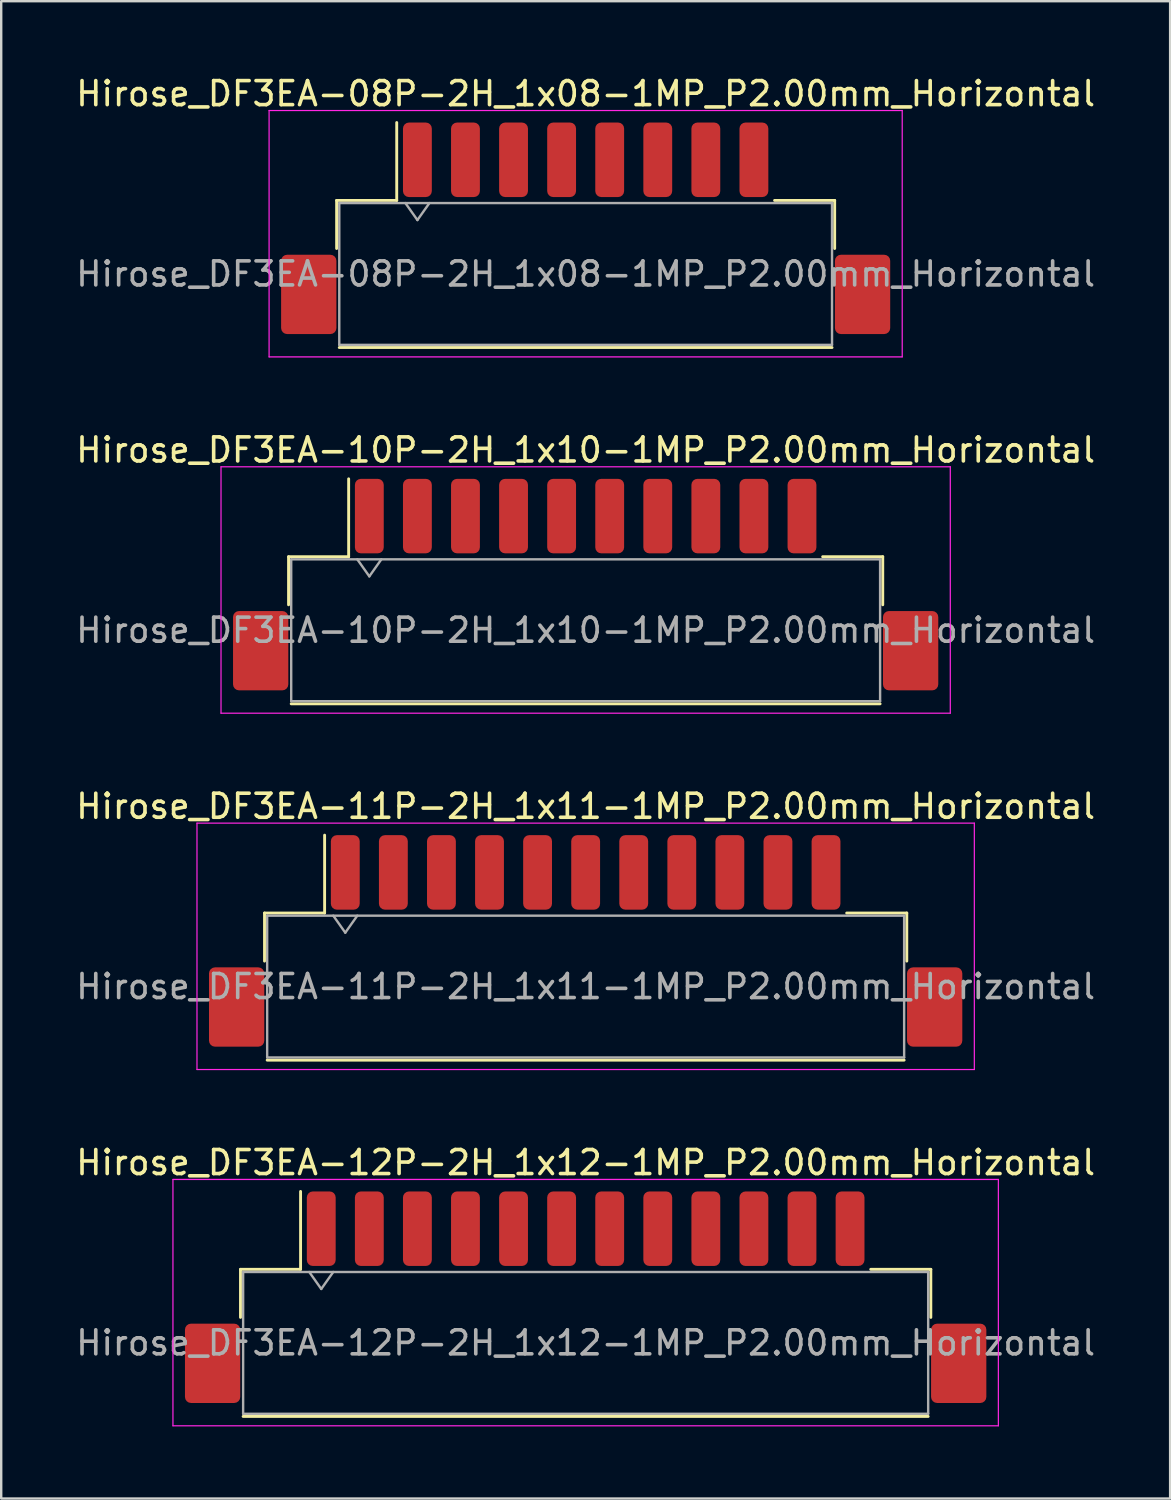
<source format=kicad_pcb>
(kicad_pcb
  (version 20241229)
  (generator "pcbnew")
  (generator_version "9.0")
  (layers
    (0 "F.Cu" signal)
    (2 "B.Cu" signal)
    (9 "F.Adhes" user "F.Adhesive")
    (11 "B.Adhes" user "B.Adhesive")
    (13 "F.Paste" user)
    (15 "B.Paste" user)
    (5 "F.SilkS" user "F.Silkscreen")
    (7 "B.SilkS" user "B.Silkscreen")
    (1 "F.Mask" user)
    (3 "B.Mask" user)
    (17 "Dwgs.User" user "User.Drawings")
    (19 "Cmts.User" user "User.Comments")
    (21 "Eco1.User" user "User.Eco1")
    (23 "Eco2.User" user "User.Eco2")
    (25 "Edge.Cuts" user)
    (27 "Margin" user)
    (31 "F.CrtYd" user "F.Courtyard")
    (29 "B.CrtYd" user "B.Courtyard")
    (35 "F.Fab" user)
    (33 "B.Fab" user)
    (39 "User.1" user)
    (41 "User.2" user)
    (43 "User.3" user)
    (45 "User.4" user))
  (footprint "Hirose_DF3EA-12P-2H_1x12-1MP_P2.00mm_Horizontal"
    (layer "F.Cu")
    (at 21.315 50.918)
    (property "Reference" "Hirose_DF3EA-12P-2H_1x12-1MP_P2.00mm_Horizontal" (at 0 -5.6 0) (layer "F.SilkS") (effects (font (size 1 1) (thickness 0.15))))
    (attr smd)
    (fp_line (start -14.36 -1.16) (end -11.86 -1.16) (stroke (width 0.12) (type solid)) (layer "F.SilkS"))
    (fp_line (start -14.36 0.84) (end -14.36 -1.16) (stroke (width 0.12) (type solid)) (layer "F.SilkS"))
    (fp_line (start -14.25 4.96) (end 14.25 4.96) (stroke (width 0.12) (type solid)) (layer "F.SilkS"))
    (fp_line (start -11.86 -1.16) (end -11.86 -4.4) (stroke (width 0.12) (type solid)) (layer "F.SilkS"))
    (fp_line (start 14.36 -1.16) (end 11.86 -1.16) (stroke (width 0.12) (type solid)) (layer "F.SilkS"))
    (fp_line (start 14.36 0.84) (end 14.36 -1.16) (stroke (width 0.12) (type solid)) (layer "F.SilkS"))
    (fp_line (start -17.17 -4.9) (end -17.17 5.35) (stroke (width 0.05) (type solid)) (layer "F.CrtYd"))
    (fp_line (start -17.17 5.35) (end 17.17 5.35) (stroke (width 0.05) (type solid)) (layer "F.CrtYd"))
    (fp_line (start 17.17 -4.9) (end -17.17 -4.9) (stroke (width 0.05) (type solid)) (layer "F.CrtYd"))
    (fp_line (start 17.17 5.35) (end 17.17 -4.9) (stroke (width 0.05) (type solid)) (layer "F.CrtYd"))
    (fp_line (start -14.25 -1.05) (end -14.25 4.85) (stroke (width 0.1) (type solid)) (layer "F.Fab"))
    (fp_line (start -14.25 -1.05) (end 14.25 -1.05) (stroke (width 0.1) (type solid)) (layer "F.Fab"))
    (fp_line (start -14.25 4.85) (end 14.25 4.85) (stroke (width 0.1) (type solid)) (layer "F.Fab"))
    (fp_line (start -11.5 -1.05) (end -11 -0.343) (stroke (width 0.1) (type solid)) (layer "F.Fab"))
    (fp_line (start -11 -0.343) (end -10.5 -1.05) (stroke (width 0.1) (type solid)) (layer "F.Fab"))
    (fp_line (start 14.25 -1.05) (end 14.25 4.85) (stroke (width 0.1) (type solid)) (layer "F.Fab"))
    (fp_text user "${REFERENCE}" (at 0 1.9 0) (layer "F.Fab") (effects (font (size 1 1) (thickness 0.15))))
    (pad "1" smd roundrect (at -11 -2.85) (size 1.2 3.1) (layers "F.Cu" "F.Mask" "F.Paste") (roundrect_rratio 0.208))
    (pad "2" smd roundrect (at -9 -2.85) (size 1.2 3.1) (layers "F.Cu" "F.Mask" "F.Paste") (roundrect_rratio 0.208))
    (pad "3" smd roundrect (at -7 -2.85) (size 1.2 3.1) (layers "F.Cu" "F.Mask" "F.Paste") (roundrect_rratio 0.208))
    (pad "4" smd roundrect (at -5 -2.85) (size 1.2 3.1) (layers "F.Cu" "F.Mask" "F.Paste") (roundrect_rratio 0.208))
    (pad "5" smd roundrect (at -3 -2.85) (size 1.2 3.1) (layers "F.Cu" "F.Mask" "F.Paste") (roundrect_rratio 0.208))
    (pad "6" smd roundrect (at -1 -2.85) (size 1.2 3.1) (layers "F.Cu" "F.Mask" "F.Paste") (roundrect_rratio 0.208))
    (pad "7" smd roundrect (at 1 -2.85) (size 1.2 3.1) (layers "F.Cu" "F.Mask" "F.Paste") (roundrect_rratio 0.208))
    (pad "8" smd roundrect (at 3 -2.85) (size 1.2 3.1) (layers "F.Cu" "F.Mask" "F.Paste") (roundrect_rratio 0.208))
    (pad "9" smd roundrect (at 5 -2.85) (size 1.2 3.1) (layers "F.Cu" "F.Mask" "F.Paste") (roundrect_rratio 0.208))
    (pad "10" smd roundrect (at 7 -2.85) (size 1.2 3.1) (layers "F.Cu" "F.Mask" "F.Paste") (roundrect_rratio 0.208))
    (pad "11" smd roundrect (at 9 -2.85) (size 1.2 3.1) (layers "F.Cu" "F.Mask" "F.Paste") (roundrect_rratio 0.208))
    (pad "12" smd roundrect (at 11 -2.85) (size 1.2 3.1) (layers "F.Cu" "F.Mask" "F.Paste") (roundrect_rratio 0.208))
    (pad "MP" smd roundrect (at -15.52 2.75) (size 2.3 3.3) (layers "F.Cu" "F.Mask" "F.Paste") (roundrect_rratio 0.109))
    (pad "MP" smd roundrect (at 15.52 2.75) (size 2.3 3.3) (layers "F.Cu" "F.Mask" "F.Paste") (roundrect_rratio 0.109)))
  (footprint "Hirose_DF3EA-11P-2H_1x11-1MP_P2.00mm_Horizontal"
    (layer "F.Cu")
    (at 21.315 36.095)
    (property "Reference" "Hirose_DF3EA-11P-2H_1x11-1MP_P2.00mm_Horizontal" (at 0 -5.6 0) (layer "F.SilkS") (effects (font (size 1 1) (thickness 0.15))))
    (attr smd)
    (fp_line (start -13.36 -1.16) (end -10.86 -1.16) (stroke (width 0.12) (type solid)) (layer "F.SilkS"))
    (fp_line (start -13.36 0.84) (end -13.36 -1.16) (stroke (width 0.12) (type solid)) (layer "F.SilkS"))
    (fp_line (start -13.25 4.96) (end 13.25 4.96) (stroke (width 0.12) (type solid)) (layer "F.SilkS"))
    (fp_line (start -10.86 -1.16) (end -10.86 -4.4) (stroke (width 0.12) (type solid)) (layer "F.SilkS"))
    (fp_line (start 13.36 -1.16) (end 10.86 -1.16) (stroke (width 0.12) (type solid)) (layer "F.SilkS"))
    (fp_line (start 13.36 0.84) (end 13.36 -1.16) (stroke (width 0.12) (type solid)) (layer "F.SilkS"))
    (fp_line (start -16.17 -4.9) (end -16.17 5.35) (stroke (width 0.05) (type solid)) (layer "F.CrtYd"))
    (fp_line (start -16.17 5.35) (end 16.17 5.35) (stroke (width 0.05) (type solid)) (layer "F.CrtYd"))
    (fp_line (start 16.17 -4.9) (end -16.17 -4.9) (stroke (width 0.05) (type solid)) (layer "F.CrtYd"))
    (fp_line (start 16.17 5.35) (end 16.17 -4.9) (stroke (width 0.05) (type solid)) (layer "F.CrtYd"))
    (fp_line (start -13.25 -1.05) (end -13.25 4.85) (stroke (width 0.1) (type solid)) (layer "F.Fab"))
    (fp_line (start -13.25 -1.05) (end 13.25 -1.05) (stroke (width 0.1) (type solid)) (layer "F.Fab"))
    (fp_line (start -13.25 4.85) (end 13.25 4.85) (stroke (width 0.1) (type solid)) (layer "F.Fab"))
    (fp_line (start -10.5 -1.05) (end -10 -0.343) (stroke (width 0.1) (type solid)) (layer "F.Fab"))
    (fp_line (start -10 -0.343) (end -9.5 -1.05) (stroke (width 0.1) (type solid)) (layer "F.Fab"))
    (fp_line (start 13.25 -1.05) (end 13.25 4.85) (stroke (width 0.1) (type solid)) (layer "F.Fab"))
    (fp_text user "${REFERENCE}" (at 0 1.9 0) (layer "F.Fab") (effects (font (size 1 1) (thickness 0.15))))
    (pad "1" smd roundrect (at -10 -2.85) (size 1.2 3.1) (layers "F.Cu" "F.Mask" "F.Paste") (roundrect_rratio 0.208))
    (pad "2" smd roundrect (at -8 -2.85) (size 1.2 3.1) (layers "F.Cu" "F.Mask" "F.Paste") (roundrect_rratio 0.208))
    (pad "3" smd roundrect (at -6 -2.85) (size 1.2 3.1) (layers "F.Cu" "F.Mask" "F.Paste") (roundrect_rratio 0.208))
    (pad "4" smd roundrect (at -4 -2.85) (size 1.2 3.1) (layers "F.Cu" "F.Mask" "F.Paste") (roundrect_rratio 0.208))
    (pad "5" smd roundrect (at -2 -2.85) (size 1.2 3.1) (layers "F.Cu" "F.Mask" "F.Paste") (roundrect_rratio 0.208))
    (pad "6" smd roundrect (at 0 -2.85) (size 1.2 3.1) (layers "F.Cu" "F.Mask" "F.Paste") (roundrect_rratio 0.208))
    (pad "7" smd roundrect (at 2 -2.85) (size 1.2 3.1) (layers "F.Cu" "F.Mask" "F.Paste") (roundrect_rratio 0.208))
    (pad "8" smd roundrect (at 4 -2.85) (size 1.2 3.1) (layers "F.Cu" "F.Mask" "F.Paste") (roundrect_rratio 0.208))
    (pad "9" smd roundrect (at 6 -2.85) (size 1.2 3.1) (layers "F.Cu" "F.Mask" "F.Paste") (roundrect_rratio 0.208))
    (pad "10" smd roundrect (at 8 -2.85) (size 1.2 3.1) (layers "F.Cu" "F.Mask" "F.Paste") (roundrect_rratio 0.208))
    (pad "11" smd roundrect (at 10 -2.85) (size 1.2 3.1) (layers "F.Cu" "F.Mask" "F.Paste") (roundrect_rratio 0.208))
    (pad "MP" smd roundrect (at -14.52 2.75) (size 2.3 3.3) (layers "F.Cu" "F.Mask" "F.Paste") (roundrect_rratio 0.109))
    (pad "MP" smd roundrect (at 14.52 2.75) (size 2.3 3.3) (layers "F.Cu" "F.Mask" "F.Paste") (roundrect_rratio 0.109)))
  (footprint "Hirose_DF3EA-10P-2H_1x10-1MP_P2.00mm_Horizontal"
    (layer "F.Cu")
    (at 21.315 21.271)
    (property "Reference" "Hirose_DF3EA-10P-2H_1x10-1MP_P2.00mm_Horizontal" (at 0 -5.6 0) (layer "F.SilkS") (effects (font (size 1 1) (thickness 0.15))))
    (attr smd)
    (fp_line (start -12.36 -1.16) (end -9.86 -1.16) (stroke (width 0.12) (type solid)) (layer "F.SilkS"))
    (fp_line (start -12.36 0.84) (end -12.36 -1.16) (stroke (width 0.12) (type solid)) (layer "F.SilkS"))
    (fp_line (start -12.25 4.96) (end 12.25 4.96) (stroke (width 0.12) (type solid)) (layer "F.SilkS"))
    (fp_line (start -9.86 -1.16) (end -9.86 -4.4) (stroke (width 0.12) (type solid)) (layer "F.SilkS"))
    (fp_line (start 12.36 -1.16) (end 9.86 -1.16) (stroke (width 0.12) (type solid)) (layer "F.SilkS"))
    (fp_line (start 12.36 0.84) (end 12.36 -1.16) (stroke (width 0.12) (type solid)) (layer "F.SilkS"))
    (fp_line (start -15.17 -4.9) (end -15.17 5.35) (stroke (width 0.05) (type solid)) (layer "F.CrtYd"))
    (fp_line (start -15.17 5.35) (end 15.17 5.35) (stroke (width 0.05) (type solid)) (layer "F.CrtYd"))
    (fp_line (start 15.17 -4.9) (end -15.17 -4.9) (stroke (width 0.05) (type solid)) (layer "F.CrtYd"))
    (fp_line (start 15.17 5.35) (end 15.17 -4.9) (stroke (width 0.05) (type solid)) (layer "F.CrtYd"))
    (fp_line (start -12.25 -1.05) (end -12.25 4.85) (stroke (width 0.1) (type solid)) (layer "F.Fab"))
    (fp_line (start -12.25 -1.05) (end 12.25 -1.05) (stroke (width 0.1) (type solid)) (layer "F.Fab"))
    (fp_line (start -12.25 4.85) (end 12.25 4.85) (stroke (width 0.1) (type solid)) (layer "F.Fab"))
    (fp_line (start -9.5 -1.05) (end -9 -0.343) (stroke (width 0.1) (type solid)) (layer "F.Fab"))
    (fp_line (start -9 -0.343) (end -8.5 -1.05) (stroke (width 0.1) (type solid)) (layer "F.Fab"))
    (fp_line (start 12.25 -1.05) (end 12.25 4.85) (stroke (width 0.1) (type solid)) (layer "F.Fab"))
    (fp_text user "${REFERENCE}" (at 0 1.9 0) (layer "F.Fab") (effects (font (size 1 1) (thickness 0.15))))
    (pad "1" smd roundrect (at -9 -2.85) (size 1.2 3.1) (layers "F.Cu" "F.Mask" "F.Paste") (roundrect_rratio 0.208))
    (pad "2" smd roundrect (at -7 -2.85) (size 1.2 3.1) (layers "F.Cu" "F.Mask" "F.Paste") (roundrect_rratio 0.208))
    (pad "3" smd roundrect (at -5 -2.85) (size 1.2 3.1) (layers "F.Cu" "F.Mask" "F.Paste") (roundrect_rratio 0.208))
    (pad "4" smd roundrect (at -3 -2.85) (size 1.2 3.1) (layers "F.Cu" "F.Mask" "F.Paste") (roundrect_rratio 0.208))
    (pad "5" smd roundrect (at -1 -2.85) (size 1.2 3.1) (layers "F.Cu" "F.Mask" "F.Paste") (roundrect_rratio 0.208))
    (pad "6" smd roundrect (at 1 -2.85) (size 1.2 3.1) (layers "F.Cu" "F.Mask" "F.Paste") (roundrect_rratio 0.208))
    (pad "7" smd roundrect (at 3 -2.85) (size 1.2 3.1) (layers "F.Cu" "F.Mask" "F.Paste") (roundrect_rratio 0.208))
    (pad "8" smd roundrect (at 5 -2.85) (size 1.2 3.1) (layers "F.Cu" "F.Mask" "F.Paste") (roundrect_rratio 0.208))
    (pad "9" smd roundrect (at 7 -2.85) (size 1.2 3.1) (layers "F.Cu" "F.Mask" "F.Paste") (roundrect_rratio 0.208))
    (pad "10" smd roundrect (at 9 -2.85) (size 1.2 3.1) (layers "F.Cu" "F.Mask" "F.Paste") (roundrect_rratio 0.208))
    (pad "MP" smd roundrect (at -13.52 2.75) (size 2.3 3.3) (layers "F.Cu" "F.Mask" "F.Paste") (roundrect_rratio 0.109))
    (pad "MP" smd roundrect (at 13.52 2.75) (size 2.3 3.3) (layers "F.Cu" "F.Mask" "F.Paste") (roundrect_rratio 0.109)))
  (footprint "Hirose_DF3EA-08P-2H_1x08-1MP_P2.00mm_Horizontal"
    (layer "F.Cu")
    (at 21.315 6.448)
    (property "Reference" "Hirose_DF3EA-08P-2H_1x08-1MP_P2.00mm_Horizontal" (at 0 -5.6 0) (layer "F.SilkS") (effects (font (size 1 1) (thickness 0.15))))
    (attr smd)
    (fp_line (start -10.36 -1.16) (end -7.86 -1.16) (stroke (width 0.12) (type solid)) (layer "F.SilkS"))
    (fp_line (start -10.36 0.84) (end -10.36 -1.16) (stroke (width 0.12) (type solid)) (layer "F.SilkS"))
    (fp_line (start -10.25 4.96) (end 10.25 4.96) (stroke (width 0.12) (type solid)) (layer "F.SilkS"))
    (fp_line (start -7.86 -1.16) (end -7.86 -4.4) (stroke (width 0.12) (type solid)) (layer "F.SilkS"))
    (fp_line (start 10.36 -1.16) (end 7.86 -1.16) (stroke (width 0.12) (type solid)) (layer "F.SilkS"))
    (fp_line (start 10.36 0.84) (end 10.36 -1.16) (stroke (width 0.12) (type solid)) (layer "F.SilkS"))
    (fp_line (start -13.17 -4.9) (end -13.17 5.35) (stroke (width 0.05) (type solid)) (layer "F.CrtYd"))
    (fp_line (start -13.17 5.35) (end 13.17 5.35) (stroke (width 0.05) (type solid)) (layer "F.CrtYd"))
    (fp_line (start 13.17 -4.9) (end -13.17 -4.9) (stroke (width 0.05) (type solid)) (layer "F.CrtYd"))
    (fp_line (start 13.17 5.35) (end 13.17 -4.9) (stroke (width 0.05) (type solid)) (layer "F.CrtYd"))
    (fp_line (start -10.25 -1.05) (end -10.25 4.85) (stroke (width 0.1) (type solid)) (layer "F.Fab"))
    (fp_line (start -10.25 -1.05) (end 10.25 -1.05) (stroke (width 0.1) (type solid)) (layer "F.Fab"))
    (fp_line (start -10.25 4.85) (end 10.25 4.85) (stroke (width 0.1) (type solid)) (layer "F.Fab"))
    (fp_line (start -7.5 -1.05) (end -7 -0.343) (stroke (width 0.1) (type solid)) (layer "F.Fab"))
    (fp_line (start -7 -0.343) (end -6.5 -1.05) (stroke (width 0.1) (type solid)) (layer "F.Fab"))
    (fp_line (start 10.25 -1.05) (end 10.25 4.85) (stroke (width 0.1) (type solid)) (layer "F.Fab"))
    (fp_text user "${REFERENCE}" (at 0 1.9 0) (layer "F.Fab") (effects (font (size 1 1) (thickness 0.15))))
    (pad "1" smd roundrect (at -7 -2.85) (size 1.2 3.1) (layers "F.Cu" "F.Mask" "F.Paste") (roundrect_rratio 0.208))
    (pad "2" smd roundrect (at -5 -2.85) (size 1.2 3.1) (layers "F.Cu" "F.Mask" "F.Paste") (roundrect_rratio 0.208))
    (pad "3" smd roundrect (at -3 -2.85) (size 1.2 3.1) (layers "F.Cu" "F.Mask" "F.Paste") (roundrect_rratio 0.208))
    (pad "4" smd roundrect (at -1 -2.85) (size 1.2 3.1) (layers "F.Cu" "F.Mask" "F.Paste") (roundrect_rratio 0.208))
    (pad "5" smd roundrect (at 1 -2.85) (size 1.2 3.1) (layers "F.Cu" "F.Mask" "F.Paste") (roundrect_rratio 0.208))
    (pad "6" smd roundrect (at 3 -2.85) (size 1.2 3.1) (layers "F.Cu" "F.Mask" "F.Paste") (roundrect_rratio 0.208))
    (pad "7" smd roundrect (at 5 -2.85) (size 1.2 3.1) (layers "F.Cu" "F.Mask" "F.Paste") (roundrect_rratio 0.208))
    (pad "8" smd roundrect (at 7 -2.85) (size 1.2 3.1) (layers "F.Cu" "F.Mask" "F.Paste") (roundrect_rratio 0.208))
    (pad "MP" smd roundrect (at -11.52 2.75) (size 2.3 3.3) (layers "F.Cu" "F.Mask" "F.Paste") (roundrect_rratio 0.109))
    (pad "MP" smd roundrect (at 11.52 2.75) (size 2.3 3.3) (layers "F.Cu" "F.Mask" "F.Paste") (roundrect_rratio 0.109)))
  (gr_rect
    (start -3 -3)
    (end 45.631 59.293)
    (stroke (width 0.1) (type default))
    (fill no)
    (layer "Edge.Cuts")))
</source>
